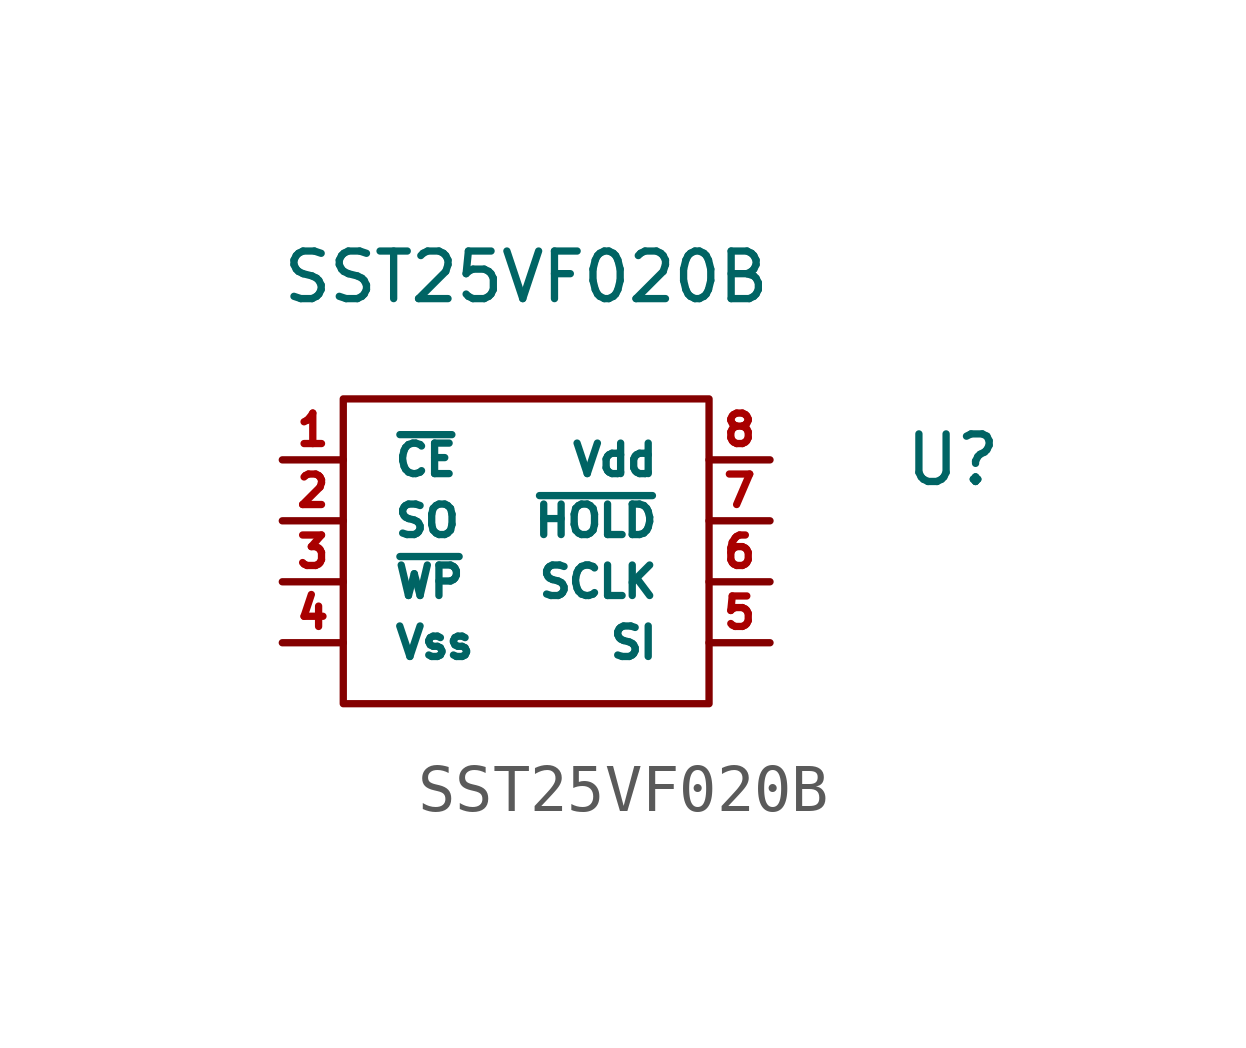
<source format=kicad_sym>
(kicad_symbol_lib
  (version 20211014)
  (generator kicad_symbol_editor)
  (symbol "SST25VF020B"
    (pin_names
      (offset 1.016))
    (property "Reference" "U"
      (at 8.89 2.54 0)
      (effects (font (size 0.991 0.991))))
    (property "Value" "SST25VF020B"
      (at 0 6.35 0)
      (effects (font (size 0.991 0.991))))
    (property "Footprint" ""
      (at 0 0 0)
      (effects (font (size 0.991 0.991))))
    (property "Datasheet" ""
      (at 0 0 0)
      (effects (font (size 0.991 0.991))))
    (symbol "SST25VF020B_0_1"
      (rectangle (start -3.81 3.81) (end 3.81 -2.54) (stroke (width 0) (type default) (color 0 0 0 0)) (fill (type none))))
    (symbol "SST25VF020B_1_1"
      (pin input line (at -5.08 2.54 0) (length 1.27) (name "~{CE}" (effects (font (size 0.635 0.635)))) (number "1" (effects (font (size 0.635 0.635)))))
      (pin output line (at -5.08 1.27 0) (length 1.27) (name "SO" (effects (font (size 0.635 0.635)))) (number "2" (effects (font (size 0.635 0.635)))))
      (pin input line (at -5.08 0 0) (length 1.27) (name "~{WP}" (effects (font (size 0.635 0.635)))) (number "3" (effects (font (size 0.635 0.635)))))
      (pin power_in line (at -5.08 -1.27 0) (length 1.27) (name "Vss" (effects (font (size 0.635 0.635)))) (number "4" (effects (font (size 0.635 0.635)))))
      (pin input line (at 5.08 -1.27 180) (length 1.27) (name "SI" (effects (font (size 0.635 0.635)))) (number "5" (effects (font (size 0.635 0.635)))))
      (pin input line (at 5.08 0 180) (length 1.27) (name "SCLK" (effects (font (size 0.635 0.635)))) (number "6" (effects (font (size 0.635 0.635)))))
      (pin input line (at 5.08 1.27 180) (length 1.27) (name "~{HOLD}" (effects (font (size 0.635 0.635)))) (number "7" (effects (font (size 0.635 0.635)))))
      (pin power_in line (at 5.08 2.54 180) (length 1.27) (name "Vdd" (effects (font (size 0.635 0.635)))) (number "8" (effects (font (size 0.635 0.635))))))))
</source>
